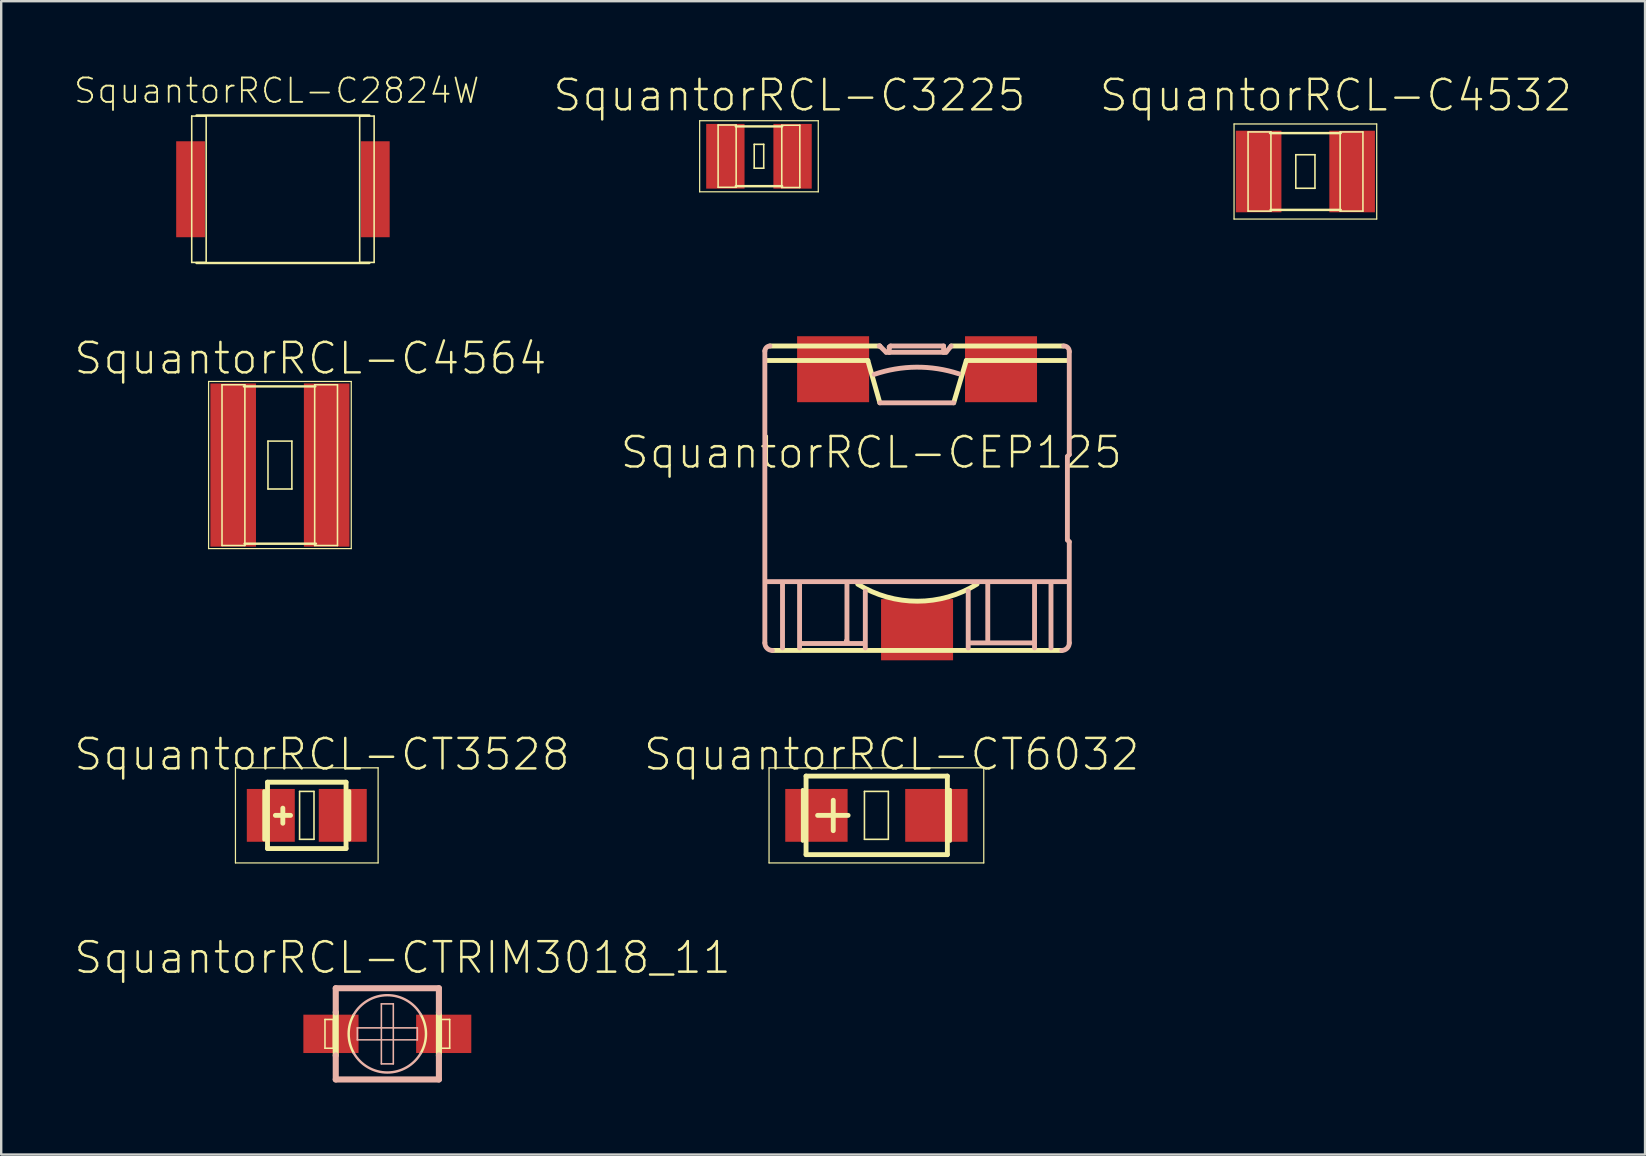
<source format=kicad_pcb>
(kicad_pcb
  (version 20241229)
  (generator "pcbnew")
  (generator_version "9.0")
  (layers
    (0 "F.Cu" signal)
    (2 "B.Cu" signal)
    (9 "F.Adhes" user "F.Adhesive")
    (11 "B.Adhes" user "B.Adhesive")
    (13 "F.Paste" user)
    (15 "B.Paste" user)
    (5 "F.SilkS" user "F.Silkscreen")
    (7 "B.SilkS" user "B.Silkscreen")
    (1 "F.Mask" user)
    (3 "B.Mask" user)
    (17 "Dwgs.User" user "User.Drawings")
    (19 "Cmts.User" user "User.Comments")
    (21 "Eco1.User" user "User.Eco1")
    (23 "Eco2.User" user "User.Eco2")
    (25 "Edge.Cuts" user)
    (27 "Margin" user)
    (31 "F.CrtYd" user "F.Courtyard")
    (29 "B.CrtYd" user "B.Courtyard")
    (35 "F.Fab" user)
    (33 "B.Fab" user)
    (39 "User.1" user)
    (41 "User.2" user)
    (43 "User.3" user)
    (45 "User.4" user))
  (footprint "SquantorRCL-C2824W"
    (layer "F.Cu")
    (at 8.738 4.835)
    (property "Reference" "SquantorRCL-C2824W" (at -0.259 -4.107 0) (layer "F.SilkS") (effects (font (size 1.016 1.016) (thickness 0.076))))
    (attr smd)
    (fp_line (start -3.8 -3.048) (end -3.198 -3.048) (stroke (width 0.066) (type solid)) (layer "F.SilkS"))
    (fp_line (start -3.8 3.048) (end -3.8 -3.048) (stroke (width 0.066) (type solid)) (layer "F.SilkS"))
    (fp_line (start -3.8 3.048) (end -3.198 3.048) (stroke (width 0.066) (type solid)) (layer "F.SilkS"))
    (fp_line (start -3.599 -3.073) (end 3.599 -3.073) (stroke (width 0.102) (type solid)) (layer "F.SilkS"))
    (fp_line (start -3.198 3.048) (end -3.198 -3.048) (stroke (width 0.066) (type solid)) (layer "F.SilkS"))
    (fp_line (start 3.198 -3.048) (end 3.8 -3.048) (stroke (width 0.066) (type solid)) (layer "F.SilkS"))
    (fp_line (start 3.198 3.048) (end 3.198 -3.048) (stroke (width 0.066) (type solid)) (layer "F.SilkS"))
    (fp_line (start 3.198 3.048) (end 3.8 3.048) (stroke (width 0.066) (type solid)) (layer "F.SilkS"))
    (fp_line (start 3.599 3.073) (end -3.599 3.073) (stroke (width 0.102) (type solid)) (layer "F.SilkS"))
    (fp_line (start 3.8 3.048) (end 3.8 -3.048) (stroke (width 0.066) (type solid)) (layer "F.SilkS"))
    (pad "1" smd rect (at -3.848 0) (size 1.199 3.998) (layers "F.Cu" "F.Mask" "F.Paste"))
    (pad "2" smd rect (at 3.848 0) (size 1.199 3.998) (layers "F.Cu" "F.Mask" "F.Paste")))
  (footprint "SquantorRCL-CT6032"
    (layer "F.Cu")
    (at 33.465 30.922)
    (property "Reference" "SquantorRCL-CT6032" (at 0.635 -2.54 0) (layer "F.SilkS") (effects (font (size 1.27 1.27) (thickness 0.102))))
    (attr smd)
    (fp_line (start -4.473 -1.981) (end 4.473 -1.981) (stroke (width 0.051) (type solid)) (layer "F.SilkS"))
    (fp_line (start -4.473 1.981) (end -4.473 -1.981) (stroke (width 0.051) (type solid)) (layer "F.SilkS"))
    (fp_line (start -3.071 -1.067) (end -3.071 1.067) (stroke (width 0.152) (type solid)) (layer "F.SilkS"))
    (fp_line (start -2.931 1.636) (end -2.931 -1.636) (stroke (width 0.203) (type solid)) (layer "F.SilkS"))
    (fp_line (start -1.798 -0.63) (end -1.798 0.638) (stroke (width 0.203) (type solid)) (layer "F.SilkS"))
    (fp_line (start -1.179 0) (end -2.449 0) (stroke (width 0.203) (type solid)) (layer "F.SilkS"))
    (fp_line (start -0.498 -0.998) (end 0.498 -0.998) (stroke (width 0.066) (type solid)) (layer "F.SilkS"))
    (fp_line (start -0.498 0.998) (end -0.498 -0.998) (stroke (width 0.066) (type solid)) (layer "F.SilkS"))
    (fp_line (start -0.498 0.998) (end 0.498 0.998) (stroke (width 0.066) (type solid)) (layer "F.SilkS"))
    (fp_line (start 0.498 0.998) (end 0.498 -0.998) (stroke (width 0.066) (type solid)) (layer "F.SilkS"))
    (fp_line (start 2.957 -1.636) (end -2.931 -1.636) (stroke (width 0.203) (type solid)) (layer "F.SilkS"))
    (fp_line (start 2.957 1.636) (end -2.931 1.636) (stroke (width 0.203) (type solid)) (layer "F.SilkS"))
    (fp_line (start 2.957 1.636) (end 2.957 -1.636) (stroke (width 0.203) (type solid)) (layer "F.SilkS"))
    (fp_line (start 3.071 -1.067) (end 3.071 1.067) (stroke (width 0.152) (type solid)) (layer "F.SilkS"))
    (fp_line (start 4.473 -1.981) (end 4.473 1.981) (stroke (width 0.051) (type solid)) (layer "F.SilkS"))
    (fp_line (start 4.473 1.981) (end -4.473 1.981) (stroke (width 0.051) (type solid)) (layer "F.SilkS"))
    (pad "+" smd rect (at -2.499 0) (size 2.598 2.2) (layers "F.Cu" "F.Mask" "F.Paste"))
    (pad "-" smd rect (at 2.499 0) (size 2.598 2.2) (layers "F.Cu" "F.Mask" "F.Paste")))
  (footprint "SquantorRCL-CT3528"
    (layer "F.Cu")
    (at 9.732 30.922)
    (property "Reference" "SquantorRCL-CT3528" (at 0.635 -2.54 0) (layer "F.SilkS") (effects (font (size 1.27 1.27) (thickness 0.102))))
    (attr smd)
    (fp_line (start -2.972 -1.981) (end 2.972 -1.981) (stroke (width 0.051) (type solid)) (layer "F.SilkS"))
    (fp_line (start -2.972 1.981) (end -2.972 -1.981) (stroke (width 0.051) (type solid)) (layer "F.SilkS"))
    (fp_line (start -1.778 -1.016) (end -1.778 1.016) (stroke (width 0.152) (type solid)) (layer "F.SilkS"))
    (fp_line (start -1.636 1.382) (end -1.636 -1.382) (stroke (width 0.203) (type solid)) (layer "F.SilkS"))
    (fp_line (start -0.998 -0.3) (end -0.998 0.328) (stroke (width 0.203) (type solid)) (layer "F.SilkS"))
    (fp_line (start -0.678 0) (end -1.308 0) (stroke (width 0.203) (type solid)) (layer "F.SilkS"))
    (fp_line (start -0.3 -0.998) (end 0.3 -0.998) (stroke (width 0.066) (type solid)) (layer "F.SilkS"))
    (fp_line (start -0.3 0.998) (end -0.3 -0.998) (stroke (width 0.066) (type solid)) (layer "F.SilkS"))
    (fp_line (start -0.3 0.998) (end 0.3 0.998) (stroke (width 0.066) (type solid)) (layer "F.SilkS"))
    (fp_line (start 0.3 0.998) (end 0.3 -0.998) (stroke (width 0.066) (type solid)) (layer "F.SilkS"))
    (fp_line (start 1.636 -1.382) (end -1.636 -1.382) (stroke (width 0.203) (type solid)) (layer "F.SilkS"))
    (fp_line (start 1.636 1.382) (end -1.636 1.382) (stroke (width 0.203) (type solid)) (layer "F.SilkS"))
    (fp_line (start 1.636 1.382) (end 1.636 -1.382) (stroke (width 0.203) (type solid)) (layer "F.SilkS"))
    (fp_line (start 1.778 -1.016) (end 1.778 1.016) (stroke (width 0.152) (type solid)) (layer "F.SilkS"))
    (fp_line (start 2.972 -1.981) (end 2.972 1.981) (stroke (width 0.051) (type solid)) (layer "F.SilkS"))
    (fp_line (start 2.972 1.981) (end -2.972 1.981) (stroke (width 0.051) (type solid)) (layer "F.SilkS"))
    (pad "+" smd rect (at -1.499 0) (size 1.999 2.2) (layers "F.Cu" "F.Mask" "F.Paste"))
    (pad "-" smd rect (at 1.499 0) (size 1.999 2.2) (layers "F.Cu" "F.Mask" "F.Paste")))
  (footprint "SquantorRCL-CEP125"
    (layer "F.Cu")
    (at 35.159 17.708)
    (property "Reference" "SquantorRCL-CEP125" (at -1.905 -1.905 0) (layer "F.SilkS") (effects (font (size 1.27 1.27) (thickness 0.102))))
    (attr smd)
    (fp_line (start -6.238 -5.738) (end -2.052 -5.738) (stroke (width 0.203) (type solid)) (layer "F.SilkS"))
    (fp_line (start -6.134 -6.342) (end -1.552 -6.342) (stroke (width 0.203) (type solid)) (layer "F.SilkS"))
    (fp_line (start -2.052 -5.738) (end -1.552 -3.975) (stroke (width 0.203) (type solid)) (layer "F.SilkS"))
    (fp_line (start 1.42 -6.342) (end 6.106 -6.342) (stroke (width 0.203) (type solid)) (layer "F.SilkS"))
    (fp_line (start 1.527 -3.975) (end 2.052 -5.738) (stroke (width 0.203) (type solid)) (layer "F.SilkS"))
    (fp_line (start 2.052 -5.738) (end 6.238 -5.738) (stroke (width 0.203) (type solid)) (layer "F.SilkS"))
    (fp_line (start 6.027 6.342) (end -6.027 6.342) (stroke (width 0.203) (type solid)) (layer "F.SilkS"))
    (fp_arc (start 2.49936 3.57886) (mid 0.013741 4.291022) (end -2.472194 3.579961) (stroke (width 0.2032) (type solid)) (layer "F.SilkS"))
    (fp_line (start -6.342 6.027) (end -6.342 -6.134) (stroke (width 0.203) (type solid)) (layer "B.SilkS"))
    (fp_line (start -5.606 3.579) (end -5.606 6.238) (stroke (width 0.203) (type solid)) (layer "B.SilkS"))
    (fp_line (start -4.895 6.238) (end -4.895 3.579) (stroke (width 0.203) (type solid)) (layer "B.SilkS"))
    (fp_line (start -4.79 6.053) (end -2.21 6.053) (stroke (width 0.203) (type solid)) (layer "B.SilkS"))
    (fp_line (start -2.946 5.949) (end -2.921 5.949) (stroke (width 0.203) (type solid)) (layer "B.SilkS"))
    (fp_line (start -2.921 5.949) (end -2.921 3.579) (stroke (width 0.203) (type solid)) (layer "B.SilkS"))
    (fp_line (start -2.156 6.238) (end -2.156 3.868) (stroke (width 0.203) (type solid)) (layer "B.SilkS"))
    (fp_line (start -1.577 -6.342) (end -1.552 -6.342) (stroke (width 0.203) (type solid)) (layer "B.SilkS"))
    (fp_line (start -1.552 -6.342) (end -1.288 -6.081) (stroke (width 0.203) (type solid)) (layer "B.SilkS"))
    (fp_line (start -1.552 -3.975) (end 1.527 -3.975) (stroke (width 0.203) (type solid)) (layer "B.SilkS"))
    (fp_line (start -1.288 -6.081) (end -1.158 -6.081) (stroke (width 0.203) (type solid)) (layer "B.SilkS"))
    (fp_line (start -1.158 -6.292) (end -1.158 -6.292) (stroke (width 0.203) (type solid)) (layer "B.SilkS"))
    (fp_line (start -1.158 -6.292) (end -1.105 -6.342) (stroke (width 0.203) (type solid)) (layer "B.SilkS"))
    (fp_line (start -1.158 -6.081) (end -1.158 -6.292) (stroke (width 0.203) (type solid)) (layer "B.SilkS"))
    (fp_line (start -1.105 -6.342) (end 1.105 -6.342) (stroke (width 0.203) (type solid)) (layer "B.SilkS"))
    (fp_line (start 1.105 -6.342) (end 1.105 -6.081) (stroke (width 0.203) (type solid)) (layer "B.SilkS"))
    (fp_line (start 1.105 -6.081) (end -1.158 -6.081) (stroke (width 0.203) (type solid)) (layer "B.SilkS"))
    (fp_line (start 1.105 -6.081) (end 1.209 -6.081) (stroke (width 0.203) (type solid)) (layer "B.SilkS"))
    (fp_line (start 1.209 -6.081) (end 1.42 -6.342) (stroke (width 0.203) (type solid)) (layer "B.SilkS"))
    (fp_line (start 2.131 6.238) (end 2.131 3.868) (stroke (width 0.203) (type solid)) (layer "B.SilkS"))
    (fp_line (start 2.238 6.027) (end 4.895 6.027) (stroke (width 0.203) (type solid)) (layer "B.SilkS"))
    (fp_line (start 2.946 5.923) (end 2.946 3.579) (stroke (width 0.203) (type solid)) (layer "B.SilkS"))
    (fp_line (start 4.895 3.579) (end 4.895 6.238) (stroke (width 0.203) (type solid)) (layer "B.SilkS"))
    (fp_line (start 5.58 6.238) (end 5.58 3.579) (stroke (width 0.203) (type solid)) (layer "B.SilkS"))
    (fp_line (start 6.238 3.475) (end -6.264 3.475) (stroke (width 0.203) (type solid)) (layer "B.SilkS"))
    (fp_line (start 6.264 -1.737) (end 6.264 1.737) (stroke (width 0.203) (type solid)) (layer "B.SilkS"))
    (fp_line (start 6.264 1.737) (end 6.342 1.816) (stroke (width 0.203) (type solid)) (layer "B.SilkS"))
    (fp_line (start 6.342 -6.106) (end 6.342 -1.816) (stroke (width 0.203) (type solid)) (layer "B.SilkS"))
    (fp_line (start 6.342 -1.816) (end 6.264 -1.737) (stroke (width 0.203) (type solid)) (layer "B.SilkS"))
    (fp_line (start 6.342 1.816) (end 6.342 6.027) (stroke (width 0.203) (type solid)) (layer "B.SilkS"))
    (fp_arc (start -6.34238 -6.1341) (mid -6.27589 -6.278657) (end -6.130193 -6.342612) (stroke (width 0.2032) (type solid)) (layer "B.SilkS"))
    (fp_arc (start -6.02742 6.34238) (mid -6.250821 6.250942) (end -6.342381 6.027592) (stroke (width 0.2032) (type solid)) (layer "B.SilkS"))
    (fp_arc (start -1.78816 -5.15874) (mid -0.029196 -5.459677) (end 1.734121 -5.185397) (stroke (width 0.2032) (type solid)) (layer "B.SilkS"))
    (fp_arc (start 6.10616 -6.34238) (mid 6.2773 -6.277035) (end 6.342358 -6.105785) (stroke (width 0.2032) (type solid)) (layer "B.SilkS"))
    (fp_arc (start 6.34238 6.02742) (mid 6.25075 6.251013) (end 6.027047 6.342377) (stroke (width 0.2032) (type solid)) (layer "B.SilkS"))
    (pad "1" smd rect (at -3.498 -5.375) (size 3 2.748) (layers "F.Cu" "F.Mask" "F.Paste"))
    (pad "2" smd rect (at 3.498 -5.375) (size 3 2.748) (layers "F.Cu" "F.Mask" "F.Paste"))
    (pad "3" smd rect (at 0 5.479) (size 3 2.548) (layers "F.Cu" "F.Mask" "F.Paste")))
  (footprint "SquantorRCL-C4532"
    (layer "F.Cu")
    (at 51.338 4.096)
    (property "Reference" "SquantorRCL-C4532" (at 1.27 -3.175 0) (layer "F.SilkS") (effects (font (size 1.27 1.27) (thickness 0.102))))
    (attr smd)
    (fp_line (start -2.972 -1.981) (end 2.972 -1.981) (stroke (width 0.051) (type solid)) (layer "F.SilkS"))
    (fp_line (start -2.972 1.981) (end -2.972 -1.981) (stroke (width 0.051) (type solid)) (layer "F.SilkS"))
    (fp_line (start -2.388 -1.648) (end -1.435 -1.648) (stroke (width 0.066) (type solid)) (layer "F.SilkS"))
    (fp_line (start -2.388 1.651) (end -2.388 -1.648) (stroke (width 0.066) (type solid)) (layer "F.SilkS"))
    (fp_line (start -2.388 1.651) (end -1.435 1.651) (stroke (width 0.066) (type solid)) (layer "F.SilkS"))
    (fp_line (start -1.473 -1.6) (end 1.473 -1.6) (stroke (width 0.102) (type solid)) (layer "F.SilkS"))
    (fp_line (start -1.448 1.6) (end 1.473 1.6) (stroke (width 0.102) (type solid)) (layer "F.SilkS"))
    (fp_line (start -1.435 1.651) (end -1.435 -1.648) (stroke (width 0.066) (type solid)) (layer "F.SilkS"))
    (fp_line (start -0.399 -0.699) (end 0.399 -0.699) (stroke (width 0.066) (type solid)) (layer "F.SilkS"))
    (fp_line (start -0.399 0.699) (end -0.399 -0.699) (stroke (width 0.066) (type solid)) (layer "F.SilkS"))
    (fp_line (start -0.399 0.699) (end 0.399 0.699) (stroke (width 0.066) (type solid)) (layer "F.SilkS"))
    (fp_line (start 0.399 0.699) (end 0.399 -0.699) (stroke (width 0.066) (type solid)) (layer "F.SilkS"))
    (fp_line (start 1.448 -1.648) (end 2.398 -1.648) (stroke (width 0.066) (type solid)) (layer "F.SilkS"))
    (fp_line (start 1.448 1.651) (end 1.448 -1.648) (stroke (width 0.066) (type solid)) (layer "F.SilkS"))
    (fp_line (start 1.448 1.651) (end 2.398 1.651) (stroke (width 0.066) (type solid)) (layer "F.SilkS"))
    (fp_line (start 2.398 1.651) (end 2.398 -1.648) (stroke (width 0.066) (type solid)) (layer "F.SilkS"))
    (fp_line (start 2.972 -1.981) (end 2.972 1.981) (stroke (width 0.051) (type solid)) (layer "F.SilkS"))
    (fp_line (start 2.972 1.981) (end -2.972 1.981) (stroke (width 0.051) (type solid)) (layer "F.SilkS"))
    (pad "1" smd rect (at -1.948 0) (size 1.9 3.399) (layers "F.Cu" "F.Mask" "F.Paste"))
    (pad "2" smd rect (at 1.948 0) (size 1.9 3.399) (layers "F.Cu" "F.Mask" "F.Paste")))
  (footprint "SquantorRCL-CTRIM3018_11"
    (layer "F.Cu")
    (at 13.088 40.025)
    (property "Reference" "SquantorRCL-CTRIM3018_11" (at 0.635 -3.175 0) (layer "F.SilkS") (effects (font (size 1.27 1.27) (thickness 0.102))))
    (attr smd)
    (fp_line (start -2.598 -0.599) (end -2.248 -0.599) (stroke (width 0.066) (type solid)) (layer "F.SilkS"))
    (fp_line (start -2.598 0.599) (end -2.598 -0.599) (stroke (width 0.066) (type solid)) (layer "F.SilkS"))
    (fp_line (start -2.598 0.599) (end -2.248 0.599) (stroke (width 0.066) (type solid)) (layer "F.SilkS"))
    (fp_line (start -2.248 0.599) (end -2.248 -0.599) (stroke (width 0.066) (type solid)) (layer "F.SilkS"))
    (fp_line (start -2.149 0.899) (end -2.149 -0.899) (stroke (width 0.254) (type solid)) (layer "F.SilkS"))
    (fp_line (start 2.149 -0.899) (end 2.149 0.899) (stroke (width 0.254) (type solid)) (layer "F.SilkS"))
    (fp_line (start 2.248 -0.599) (end 2.598 -0.599) (stroke (width 0.066) (type solid)) (layer "F.SilkS"))
    (fp_line (start 2.248 0.599) (end 2.248 -0.599) (stroke (width 0.066) (type solid)) (layer "F.SilkS"))
    (fp_line (start 2.248 0.599) (end 2.598 0.599) (stroke (width 0.066) (type solid)) (layer "F.SilkS"))
    (fp_line (start 2.598 0.599) (end 2.598 -0.599) (stroke (width 0.066) (type solid)) (layer "F.SilkS"))
    (fp_arc (start -1.39954 0.79756) (mid -1.610843 -0.000629) (end -1.398917 -0.798652) (stroke (width 0.1016) (type solid)) (layer "F.SilkS"))
    (fp_arc (start 1.39954 -0.79756) (mid 1.610843 0.000629) (end 1.398917 0.798652) (stroke (width 0.1016) (type solid)) (layer "F.SilkS"))
    (fp_line (start -2.149 -1.9) (end 2.149 -1.9) (stroke (width 0.254) (type solid)) (layer "B.SilkS"))
    (fp_line (start -2.149 -0.899) (end -2.149 -1.9) (stroke (width 0.254) (type solid)) (layer "B.SilkS"))
    (fp_line (start -2.149 1.9) (end -2.149 0.899) (stroke (width 0.254) (type solid)) (layer "B.SilkS"))
    (fp_line (start -1.25 -0.249) (end 1.25 -0.249) (stroke (width 0.066) (type solid)) (layer "B.SilkS"))
    (fp_line (start -1.25 0.249) (end -1.25 -0.249) (stroke (width 0.066) (type solid)) (layer "B.SilkS"))
    (fp_line (start -1.25 0.249) (end 1.25 0.249) (stroke (width 0.066) (type solid)) (layer "B.SilkS"))
    (fp_line (start -0.249 -1.25) (end 0.249 -1.25) (stroke (width 0.066) (type solid)) (layer "B.SilkS"))
    (fp_line (start -0.249 1.25) (end -0.249 -1.25) (stroke (width 0.066) (type solid)) (layer "B.SilkS"))
    (fp_line (start -0.249 1.25) (end 0.249 1.25) (stroke (width 0.066) (type solid)) (layer "B.SilkS"))
    (fp_line (start 0.249 1.25) (end 0.249 -1.25) (stroke (width 0.066) (type solid)) (layer "B.SilkS"))
    (fp_line (start 1.25 0.249) (end 1.25 -0.249) (stroke (width 0.066) (type solid)) (layer "B.SilkS"))
    (fp_line (start 2.149 -1.9) (end 2.149 -0.899) (stroke (width 0.254) (type solid)) (layer "B.SilkS"))
    (fp_line (start 2.149 0.899) (end 2.149 1.9) (stroke (width 0.254) (type solid)) (layer "B.SilkS"))
    (fp_line (start 2.149 1.9) (end -2.149 1.9) (stroke (width 0.254) (type solid)) (layer "B.SilkS"))
    (fp_arc (start -1.39954 -0.79756) (mid -0.002034 -1.610841) (end 1.397521 -0.801092) (stroke (width 0.1016) (type solid)) (layer "B.SilkS"))
    (fp_arc (start 1.39954 0.79756) (mid 0.002034 1.610841) (end -1.397521 0.801092) (stroke (width 0.1016) (type solid)) (layer "B.SilkS"))
    (pad "+" smd rect (at -2.349 0) (size 2.299 1.598) (layers "F.Cu" "F.Mask" "F.Paste"))
    (pad "-" smd rect (at 2.349 0) (size 2.299 1.598) (layers "F.Cu" "F.Mask" "F.Paste")))
  (footprint "SquantorRCL-C4564"
    (layer "F.Cu")
    (at 8.613 16.326)
    (property "Reference" "SquantorRCL-C4564" (at 1.27 -4.445 0) (layer "F.SilkS") (effects (font (size 1.27 1.27) (thickness 0.102))))
    (attr smd)
    (fp_line (start -2.972 -3.482) (end 2.972 -3.482) (stroke (width 0.051) (type solid)) (layer "F.SilkS"))
    (fp_line (start -2.972 3.482) (end -2.972 -3.482) (stroke (width 0.051) (type solid)) (layer "F.SilkS"))
    (fp_line (start -2.413 -3.345) (end -1.46 -3.345) (stroke (width 0.066) (type solid)) (layer "F.SilkS"))
    (fp_line (start -2.413 3.353) (end -2.413 -3.345) (stroke (width 0.066) (type solid)) (layer "F.SilkS"))
    (fp_line (start -2.413 3.353) (end -1.46 3.353) (stroke (width 0.066) (type solid)) (layer "F.SilkS"))
    (fp_line (start -1.499 -3.277) (end 1.473 -3.277) (stroke (width 0.102) (type solid)) (layer "F.SilkS"))
    (fp_line (start -1.473 3.277) (end 1.499 3.277) (stroke (width 0.102) (type solid)) (layer "F.SilkS"))
    (fp_line (start -1.46 3.353) (end -1.46 -3.345) (stroke (width 0.066) (type solid)) (layer "F.SilkS"))
    (fp_line (start -0.498 -0.998) (end 0.498 -0.998) (stroke (width 0.066) (type solid)) (layer "F.SilkS"))
    (fp_line (start -0.498 0.998) (end -0.498 -0.998) (stroke (width 0.066) (type solid)) (layer "F.SilkS"))
    (fp_line (start -0.498 0.998) (end 0.498 0.998) (stroke (width 0.066) (type solid)) (layer "F.SilkS"))
    (fp_line (start 0.498 0.998) (end 0.498 -0.998) (stroke (width 0.066) (type solid)) (layer "F.SilkS"))
    (fp_line (start 1.448 -3.345) (end 2.398 -3.345) (stroke (width 0.066) (type solid)) (layer "F.SilkS"))
    (fp_line (start 1.448 3.353) (end 1.448 -3.345) (stroke (width 0.066) (type solid)) (layer "F.SilkS"))
    (fp_line (start 1.448 3.353) (end 2.398 3.353) (stroke (width 0.066) (type solid)) (layer "F.SilkS"))
    (fp_line (start 2.398 3.353) (end 2.398 -3.345) (stroke (width 0.066) (type solid)) (layer "F.SilkS"))
    (fp_line (start 2.972 -3.482) (end 2.972 3.482) (stroke (width 0.051) (type solid)) (layer "F.SilkS"))
    (fp_line (start 2.972 3.482) (end -2.972 3.482) (stroke (width 0.051) (type solid)) (layer "F.SilkS"))
    (pad "1" smd rect (at -1.948 0) (size 1.9 6.8) (layers "F.Cu" "F.Mask" "F.Paste"))
    (pad "2" smd rect (at 1.948 0) (size 1.9 6.8) (layers "F.Cu" "F.Mask" "F.Paste")))
  (footprint "SquantorRCL-C3225"
    (layer "F.Cu")
    (at 28.572 3.461)
    (property "Reference" "SquantorRCL-C3225" (at 1.27 -2.54 0) (layer "F.SilkS") (effects (font (size 1.27 1.27) (thickness 0.102))))
    (attr smd)
    (fp_line (start -2.471 -1.481) (end 2.471 -1.481) (stroke (width 0.051) (type solid)) (layer "F.SilkS"))
    (fp_line (start -2.471 1.481) (end -2.471 -1.481) (stroke (width 0.051) (type solid)) (layer "F.SilkS"))
    (fp_line (start -1.702 -1.303) (end -0.95 -1.303) (stroke (width 0.066) (type solid)) (layer "F.SilkS"))
    (fp_line (start -1.702 1.293) (end -1.702 -1.303) (stroke (width 0.066) (type solid)) (layer "F.SilkS"))
    (fp_line (start -1.702 1.293) (end -0.95 1.293) (stroke (width 0.066) (type solid)) (layer "F.SilkS"))
    (fp_line (start -0.965 -1.245) (end 0.965 -1.245) (stroke (width 0.102) (type solid)) (layer "F.SilkS"))
    (fp_line (start -0.965 1.245) (end 0.965 1.245) (stroke (width 0.102) (type solid)) (layer "F.SilkS"))
    (fp_line (start -0.95 1.293) (end -0.95 -1.303) (stroke (width 0.066) (type solid)) (layer "F.SilkS"))
    (fp_line (start -0.198 -0.498) (end 0.198 -0.498) (stroke (width 0.066) (type solid)) (layer "F.SilkS"))
    (fp_line (start -0.198 0.498) (end -0.198 -0.498) (stroke (width 0.066) (type solid)) (layer "F.SilkS"))
    (fp_line (start -0.198 0.498) (end 0.198 0.498) (stroke (width 0.066) (type solid)) (layer "F.SilkS"))
    (fp_line (start 0.198 0.498) (end 0.198 -0.498) (stroke (width 0.066) (type solid)) (layer "F.SilkS"))
    (fp_line (start 0.95 -1.293) (end 1.702 -1.293) (stroke (width 0.066) (type solid)) (layer "F.SilkS"))
    (fp_line (start 0.95 1.303) (end 0.95 -1.293) (stroke (width 0.066) (type solid)) (layer "F.SilkS"))
    (fp_line (start 0.95 1.303) (end 1.702 1.303) (stroke (width 0.066) (type solid)) (layer "F.SilkS"))
    (fp_line (start 1.702 1.303) (end 1.702 -1.293) (stroke (width 0.066) (type solid)) (layer "F.SilkS"))
    (fp_line (start 2.471 -1.481) (end 2.471 1.481) (stroke (width 0.051) (type solid)) (layer "F.SilkS"))
    (fp_line (start 2.471 1.481) (end -2.471 1.481) (stroke (width 0.051) (type solid)) (layer "F.SilkS"))
    (pad "1" smd rect (at -1.4 0) (size 1.598 2.697) (layers "F.Cu" "F.Mask" "F.Paste"))
    (pad "2" smd rect (at 1.4 0) (size 1.598 2.697) (layers "F.Cu" "F.Mask" "F.Paste")))
  (gr_rect
    (start -3 -3)
    (end 65.491 45.052)
    (stroke (width 0.1) (type default))
    (fill no)
    (layer "Edge.Cuts")))
</source>
